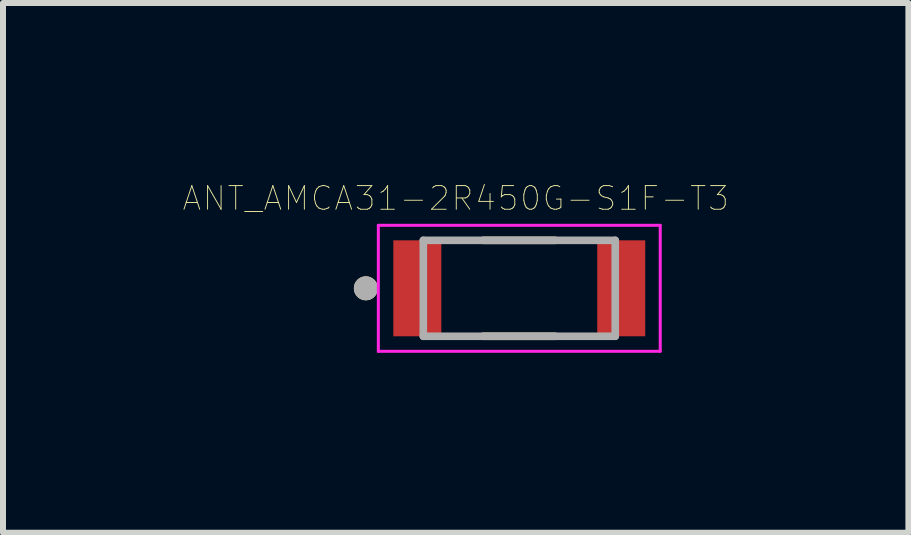
<source format=kicad_pcb>
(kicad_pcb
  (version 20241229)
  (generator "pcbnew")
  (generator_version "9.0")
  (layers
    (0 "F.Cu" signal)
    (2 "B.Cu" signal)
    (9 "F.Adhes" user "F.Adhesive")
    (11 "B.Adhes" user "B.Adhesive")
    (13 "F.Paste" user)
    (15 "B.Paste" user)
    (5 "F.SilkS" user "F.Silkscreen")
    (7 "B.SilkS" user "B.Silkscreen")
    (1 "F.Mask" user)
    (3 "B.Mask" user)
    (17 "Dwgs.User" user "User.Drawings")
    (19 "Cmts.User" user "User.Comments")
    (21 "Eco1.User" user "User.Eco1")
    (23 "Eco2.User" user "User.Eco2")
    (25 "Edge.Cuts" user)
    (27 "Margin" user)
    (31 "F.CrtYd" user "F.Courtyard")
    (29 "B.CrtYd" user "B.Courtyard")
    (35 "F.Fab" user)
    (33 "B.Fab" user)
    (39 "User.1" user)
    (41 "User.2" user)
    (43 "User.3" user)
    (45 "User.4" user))
  (footprint "ANT_AMCA31-2R450G-S1F-T3"
    (layer "F.Cu")
    (at 5.608 1.757)
    (property "Reference" "ANT_AMCA31-2R450G-S1F-T3" (at -1.06 -1.5 0) (layer "F.SilkS") (effects (font (size 0.394 0.394) (thickness 0.015))))
    (attr through_hole)
    (fp_line (start -0.6 -0.8) (end 0.6 -0.8) (stroke (width 0.127) (type solid)) (layer "F.SilkS"))
    (fp_line (start -0.6 0.8) (end 0.6 0.8) (stroke (width 0.127) (type solid)) (layer "F.SilkS"))
    (fp_circle (center -2.558 0) (end -2.458 0) (stroke (width 0.2) (type solid)) (fill no) (layer "F.SilkS"))
    (fp_line (start -2.35 -1.05) (end 2.35 -1.05) (stroke (width 0.05) (type solid)) (layer "F.CrtYd"))
    (fp_line (start -2.35 1.05) (end -2.35 -1.05) (stroke (width 0.05) (type solid)) (layer "F.CrtYd"))
    (fp_line (start -2.35 1.05) (end 2.35 1.05) (stroke (width 0.05) (type solid)) (layer "F.CrtYd"))
    (fp_line (start 2.35 1.05) (end 2.35 -1.05) (stroke (width 0.05) (type solid)) (layer "F.CrtYd"))
    (fp_line (start -1.6 0.8) (end -1.6 -0.8) (stroke (width 0.127) (type solid)) (layer "F.Fab"))
    (fp_line (start 1.6 -0.8) (end -1.6 -0.8) (stroke (width 0.127) (type solid)) (layer "F.Fab"))
    (fp_line (start 1.6 0.8) (end -1.6 0.8) (stroke (width 0.127) (type solid)) (layer "F.Fab"))
    (fp_line (start 1.6 0.8) (end 1.6 -0.8) (stroke (width 0.127) (type solid)) (layer "F.Fab"))
    (fp_circle (center -2.558 0) (end -2.458 0) (stroke (width 0.2) (type solid)) (fill no) (layer "F.Fab"))
    (pad "1" smd rect (at -1.7 0) (size 0.8 1.6) (layers "F.Cu" "F.Mask" "F.Paste"))
    (pad "2" smd rect (at 1.7 0) (size 0.8 1.6) (layers "F.Cu" "F.Mask" "F.Paste")))
  (gr_rect
    (start -3 -3)
    (end 12.096 5.832)
    (stroke (width 0.1) (type default))
    (fill no)
    (layer "Edge.Cuts")))
</source>
